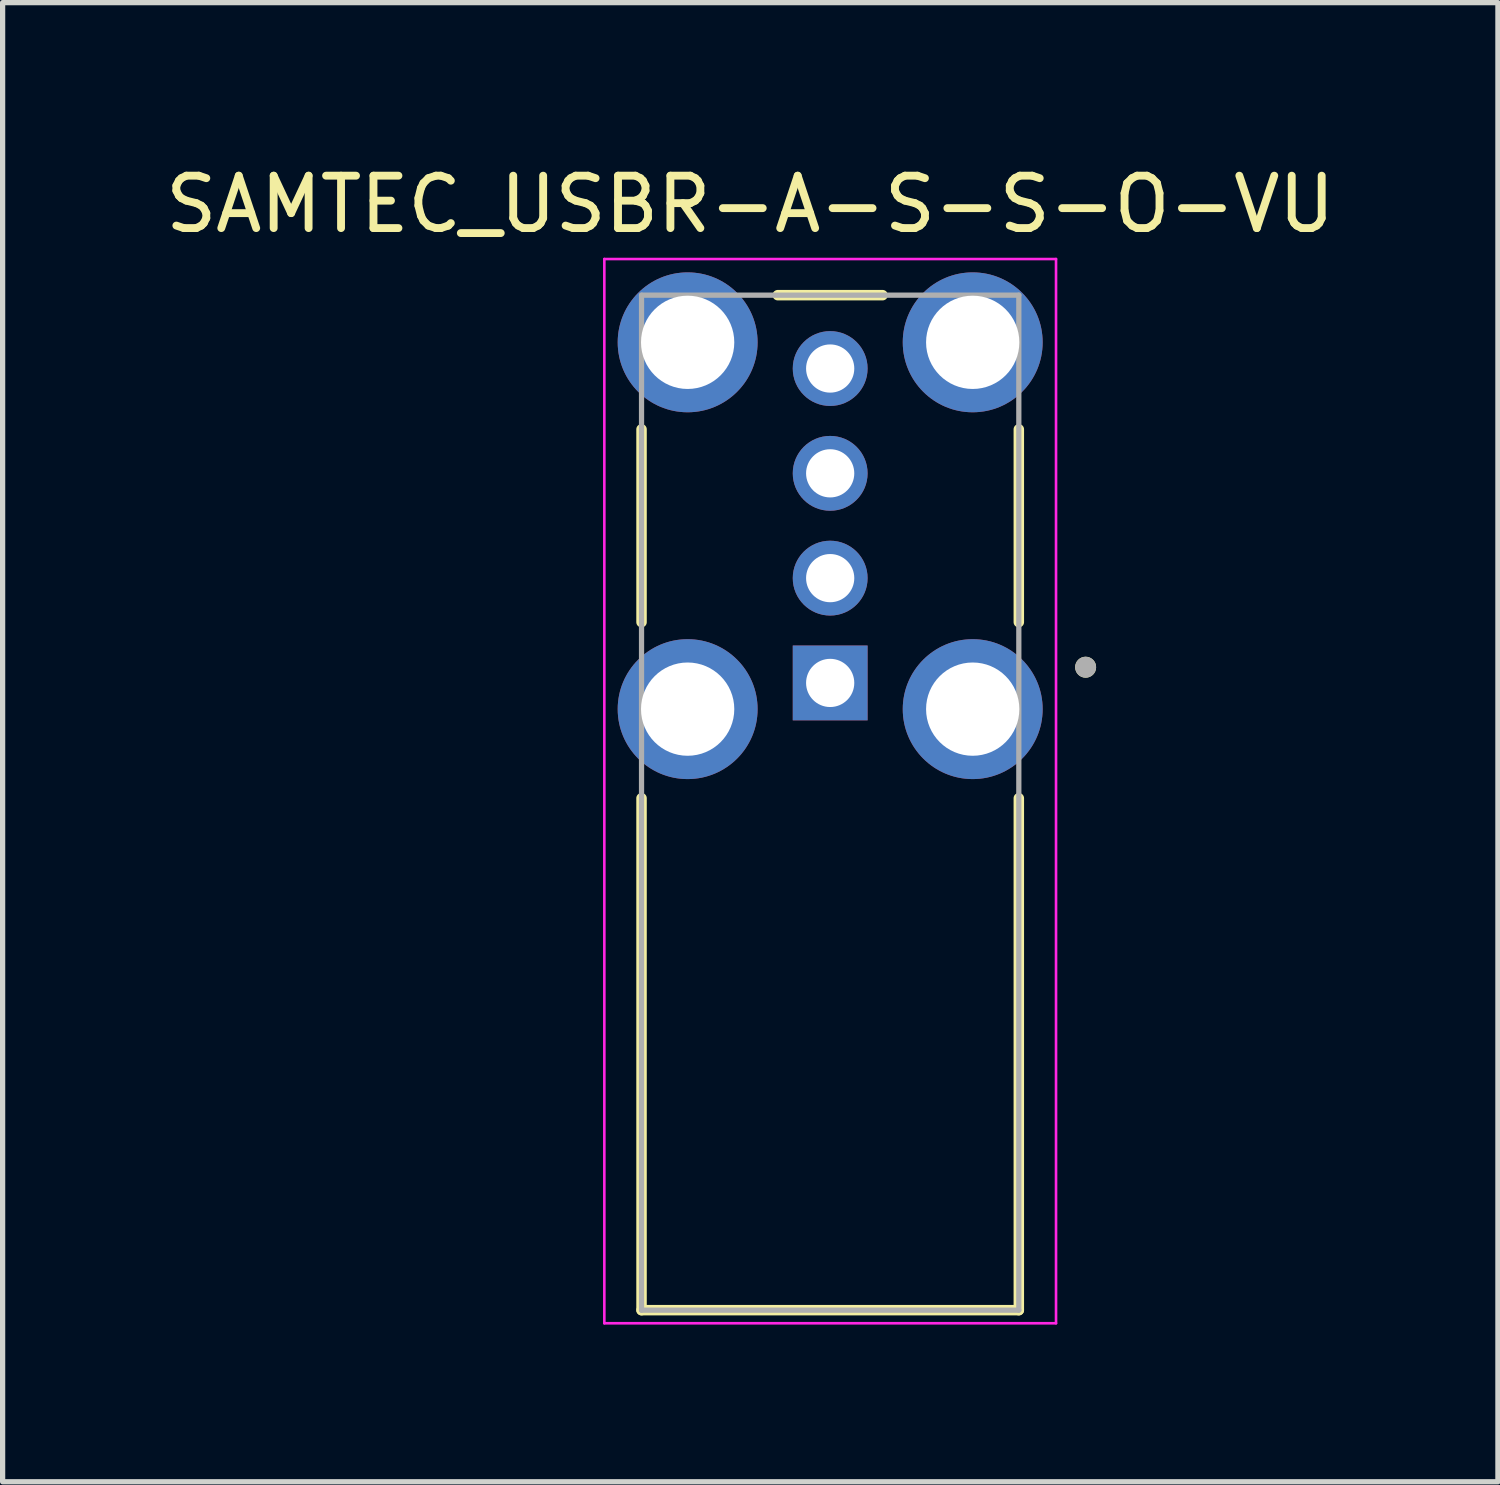
<source format=kicad_pcb>
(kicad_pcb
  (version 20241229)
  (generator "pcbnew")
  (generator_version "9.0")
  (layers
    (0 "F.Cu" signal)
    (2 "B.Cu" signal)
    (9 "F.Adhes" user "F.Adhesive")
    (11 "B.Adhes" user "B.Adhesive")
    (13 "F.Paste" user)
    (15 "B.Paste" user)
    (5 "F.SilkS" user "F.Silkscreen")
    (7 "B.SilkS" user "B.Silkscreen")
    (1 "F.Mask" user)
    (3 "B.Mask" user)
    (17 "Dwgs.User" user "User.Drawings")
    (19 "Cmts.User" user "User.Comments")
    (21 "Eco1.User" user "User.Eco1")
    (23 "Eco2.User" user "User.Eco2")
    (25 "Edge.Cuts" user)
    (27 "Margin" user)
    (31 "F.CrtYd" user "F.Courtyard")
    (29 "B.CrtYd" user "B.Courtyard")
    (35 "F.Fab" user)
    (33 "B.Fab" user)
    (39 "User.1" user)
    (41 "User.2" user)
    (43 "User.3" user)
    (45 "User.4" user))
  (footprint "SAMTEC_USBR-A-S-S-O-VU"
    (layer "F.Cu")
    (at 12.793 6.983)
    (property "Reference" "SAMTEC_USBR-A-S-S-O-VU" (at -1.525 -6.135 0) (layer "F.SilkS") (effects (font (size 1 1) (thickness 0.15))))
    (attr through_hole)
    (fp_line (start -3.6 -1.84) (end -3.6 1.84) (stroke (width 0.2) (type solid)) (layer "F.SilkS"))
    (fp_line (start -3.6 14.97) (end -3.6 5.2) (stroke (width 0.2) (type solid)) (layer "F.SilkS"))
    (fp_line (start -1 -4.4) (end 1 -4.4) (stroke (width 0.2) (type solid)) (layer "F.SilkS"))
    (fp_line (start 3.6 -1.84) (end 3.6 1.84) (stroke (width 0.2) (type solid)) (layer "F.SilkS"))
    (fp_line (start 3.6 5.2) (end 3.6 14.97) (stroke (width 0.2) (type solid)) (layer "F.SilkS"))
    (fp_line (start 3.6 14.97) (end -3.6 14.97) (stroke (width 0.2) (type solid)) (layer "F.SilkS"))
    (fp_circle (center 4.875 2.7) (end 4.975 2.7) (stroke (width 0.2) (type solid)) (fill no) (layer "F.SilkS"))
    (fp_line (start -4.31 -5.09) (end 4.31 -5.09) (stroke (width 0.05) (type solid)) (layer "F.CrtYd"))
    (fp_line (start -4.31 15.22) (end -4.31 -5.09) (stroke (width 0.05) (type solid)) (layer "F.CrtYd"))
    (fp_line (start 4.31 -5.09) (end 4.31 15.22) (stroke (width 0.05) (type solid)) (layer "F.CrtYd"))
    (fp_line (start 4.31 15.22) (end -4.31 15.22) (stroke (width 0.05) (type solid)) (layer "F.CrtYd"))
    (fp_line (start -3.6 -4.4) (end 3.6 -4.4) (stroke (width 0.1) (type solid)) (layer "F.Fab"))
    (fp_line (start -3.6 14.97) (end -3.6 -4.4) (stroke (width 0.1) (type solid)) (layer "F.Fab"))
    (fp_line (start 3.6 -4.4) (end 3.6 14.97) (stroke (width 0.1) (type solid)) (layer "F.Fab"))
    (fp_line (start 3.6 14.97) (end -3.6 14.97) (stroke (width 0.1) (type solid)) (layer "F.Fab"))
    (fp_circle (center 4.875 2.7) (end 4.975 2.7) (stroke (width 0.2) (type solid)) (fill no) (layer "F.Fab"))
    (pad "01" thru_hole rect (at 0 3) (size 1.428 1.428) (drill 0.92) (layers "*.Cu" "*.Mask"))
    (pad "02" thru_hole circle (at 0 1) (size 1.428 1.428) (drill 0.92) (layers "*.Cu" "*.Mask"))
    (pad "03" thru_hole circle (at 0 -1) (size 1.428 1.428) (drill 0.92) (layers "*.Cu" "*.Mask"))
    (pad "04" thru_hole circle (at 0 -3) (size 1.428 1.428) (drill 0.92) (layers "*.Cu" "*.Mask"))
    (pad "S1" thru_hole circle (at -2.72 3.5) (size 2.67 2.67) (drill 1.78) (layers "*.Cu" "*.Mask"))
    (pad "S2" thru_hole circle (at 2.72 3.5) (size 2.67 2.67) (drill 1.78) (layers "*.Cu" "*.Mask"))
    (pad "S3" thru_hole circle (at 2.72 -3.5) (size 2.67 2.67) (drill 1.78) (layers "*.Cu" "*.Mask"))
    (pad "S4" thru_hole circle (at -2.72 -3.5) (size 2.67 2.67) (drill 1.78) (layers "*.Cu" "*.Mask")))
  (gr_rect
    (start -3 -3)
    (end 25.536 25.228)
    (stroke (width 0.1) (type default))
    (fill no)
    (layer "Edge.Cuts")))
</source>
